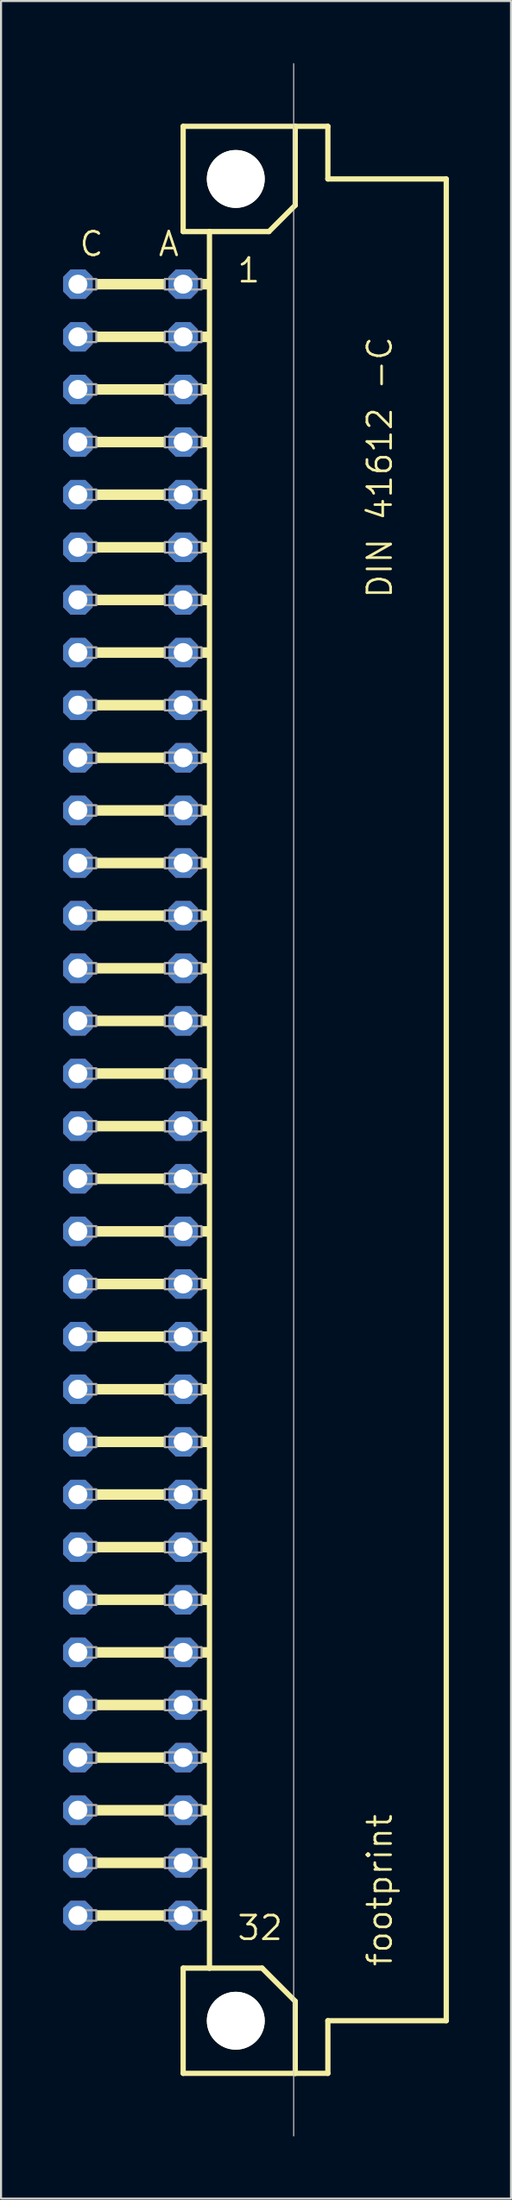
<source format=kicad_pcb>
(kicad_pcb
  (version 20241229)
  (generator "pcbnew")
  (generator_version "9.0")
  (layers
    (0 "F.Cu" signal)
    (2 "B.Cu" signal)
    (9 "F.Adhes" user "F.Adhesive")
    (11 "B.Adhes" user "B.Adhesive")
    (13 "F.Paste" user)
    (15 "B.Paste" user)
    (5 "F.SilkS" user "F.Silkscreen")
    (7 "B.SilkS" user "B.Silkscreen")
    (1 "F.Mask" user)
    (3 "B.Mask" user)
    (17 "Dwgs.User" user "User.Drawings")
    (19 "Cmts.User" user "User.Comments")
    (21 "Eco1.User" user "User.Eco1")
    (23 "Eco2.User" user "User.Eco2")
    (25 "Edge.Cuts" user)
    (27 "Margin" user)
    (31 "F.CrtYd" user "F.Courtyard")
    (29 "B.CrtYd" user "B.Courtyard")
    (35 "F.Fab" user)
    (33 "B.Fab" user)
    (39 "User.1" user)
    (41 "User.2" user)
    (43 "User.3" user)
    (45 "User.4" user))
  (footprint "footprint"
    (layer "F.Cu")
    (at 8.331 50.038)
    (property "Reference" "footprint" (at 7.62 41.91 90) (layer "F.SilkS") (effects (font (size 1.143 1.143) (thickness 0.127)) (justify left bottom)))
    (fp_line (start -2.54 -46.99) (end -2.54 -41.91) (stroke (width 0.254) (type solid)) (layer "F.SilkS"))
    (fp_line (start -2.54 -41.91) (end -1.27 -41.91) (stroke (width 0.254) (type solid)) (layer "F.SilkS"))
    (fp_line (start -2.54 41.91) (end -2.54 46.99) (stroke (width 0.254) (type solid)) (layer "F.SilkS"))
    (fp_line (start -2.54 41.91) (end -1.27 41.91) (stroke (width 0.254) (type solid)) (layer "F.SilkS"))
    (fp_line (start -2.54 46.99) (end 2.87 46.99) (stroke (width 0.254) (type solid)) (layer "F.SilkS"))
    (fp_line (start -1.27 -41.91) (end -1.27 41.91) (stroke (width 0.254) (type solid)) (layer "F.SilkS"))
    (fp_line (start -1.27 -41.91) (end 1.6 -41.91) (stroke (width 0.254) (type solid)) (layer "F.SilkS"))
    (fp_line (start -1.27 41.91) (end 1.27 41.91) (stroke (width 0.254) (type solid)) (layer "F.SilkS"))
    (fp_line (start 1.6 -41.91) (end 2.87 -43.18) (stroke (width 0.254) (type solid)) (layer "F.SilkS"))
    (fp_line (start 2.87 -46.99) (end -2.54 -46.99) (stroke (width 0.254) (type solid)) (layer "F.SilkS"))
    (fp_line (start 2.87 -43.18) (end 2.87 -46.99) (stroke (width 0.254) (type solid)) (layer "F.SilkS"))
    (fp_line (start 2.87 43.51) (end 1.27 41.91) (stroke (width 0.254) (type solid)) (layer "F.SilkS"))
    (fp_line (start 2.87 43.51) (end 2.87 46.99) (stroke (width 0.254) (type solid)) (layer "F.SilkS"))
    (fp_line (start 2.87 46.99) (end 4.445 46.99) (stroke (width 0.254) (type solid)) (layer "F.SilkS"))
    (fp_line (start 4.445 -46.99) (end 2.87 -46.99) (stroke (width 0.254) (type solid)) (layer "F.SilkS"))
    (fp_line (start 4.445 -44.45) (end 4.445 -46.99) (stroke (width 0.254) (type solid)) (layer "F.SilkS"))
    (fp_line (start 4.445 44.45) (end 10.16 44.45) (stroke (width 0.254) (type solid)) (layer "F.SilkS"))
    (fp_line (start 4.445 46.99) (end 4.445 44.45) (stroke (width 0.254) (type solid)) (layer "F.SilkS"))
    (fp_line (start 10.16 -44.45) (end 4.445 -44.45) (stroke (width 0.254) (type solid)) (layer "F.SilkS"))
    (fp_line (start 10.16 44.45) (end 10.16 -44.45) (stroke (width 0.254) (type solid)) (layer "F.SilkS"))
    (fp_circle (center 0 -44.45) (end 1.27 -44.45) (stroke (width 0.254) (type solid)) (fill no) (layer "F.SilkS"))
    (fp_circle (center 0 44.45) (end 1.27 44.45) (stroke (width 0.254) (type solid)) (fill no) (layer "F.SilkS"))
    (fp_poly (pts (xy -6.731 -39.116) (xy -3.429 -39.116) (xy -3.429 -39.624) (xy -6.731 -39.624)) (stroke (width 0) (type solid)) (fill yes) (layer "F.SilkS"))
    (fp_poly (pts (xy -6.731 -36.576) (xy -3.429 -36.576) (xy -3.429 -37.084) (xy -6.731 -37.084)) (stroke (width 0) (type solid)) (fill yes) (layer "F.SilkS"))
    (fp_poly (pts (xy -6.731 -34.036) (xy -3.429 -34.036) (xy -3.429 -34.544) (xy -6.731 -34.544)) (stroke (width 0) (type solid)) (fill yes) (layer "F.SilkS"))
    (fp_poly (pts (xy -6.731 -31.496) (xy -3.429 -31.496) (xy -3.429 -32.004) (xy -6.731 -32.004)) (stroke (width 0) (type solid)) (fill yes) (layer "F.SilkS"))
    (fp_poly (pts (xy -6.731 -28.956) (xy -3.429 -28.956) (xy -3.429 -29.464) (xy -6.731 -29.464)) (stroke (width 0) (type solid)) (fill yes) (layer "F.SilkS"))
    (fp_poly (pts (xy -6.731 -26.416) (xy -3.429 -26.416) (xy -3.429 -26.924) (xy -6.731 -26.924)) (stroke (width 0) (type solid)) (fill yes) (layer "F.SilkS"))
    (fp_poly (pts (xy -6.731 -23.876) (xy -3.429 -23.876) (xy -3.429 -24.384) (xy -6.731 -24.384)) (stroke (width 0) (type solid)) (fill yes) (layer "F.SilkS"))
    (fp_poly (pts (xy -6.731 -21.336) (xy -3.429 -21.336) (xy -3.429 -21.844) (xy -6.731 -21.844)) (stroke (width 0) (type solid)) (fill yes) (layer "F.SilkS"))
    (fp_poly (pts (xy -6.731 -18.796) (xy -3.429 -18.796) (xy -3.429 -19.304) (xy -6.731 -19.304)) (stroke (width 0) (type solid)) (fill yes) (layer "F.SilkS"))
    (fp_poly (pts (xy -6.731 -16.256) (xy -3.429 -16.256) (xy -3.429 -16.764) (xy -6.731 -16.764)) (stroke (width 0) (type solid)) (fill yes) (layer "F.SilkS"))
    (fp_poly (pts (xy -6.731 -13.716) (xy -3.429 -13.716) (xy -3.429 -14.224) (xy -6.731 -14.224)) (stroke (width 0) (type solid)) (fill yes) (layer "F.SilkS"))
    (fp_poly (pts (xy -6.731 -11.176) (xy -3.429 -11.176) (xy -3.429 -11.684) (xy -6.731 -11.684)) (stroke (width 0) (type solid)) (fill yes) (layer "F.SilkS"))
    (fp_poly (pts (xy -6.731 -8.636) (xy -3.429 -8.636) (xy -3.429 -9.144) (xy -6.731 -9.144)) (stroke (width 0) (type solid)) (fill yes) (layer "F.SilkS"))
    (fp_poly (pts (xy -6.731 -6.096) (xy -3.429 -6.096) (xy -3.429 -6.604) (xy -6.731 -6.604)) (stroke (width 0) (type solid)) (fill yes) (layer "F.SilkS"))
    (fp_poly (pts (xy -6.731 -3.556) (xy -3.429 -3.556) (xy -3.429 -4.064) (xy -6.731 -4.064)) (stroke (width 0) (type solid)) (fill yes) (layer "F.SilkS"))
    (fp_poly (pts (xy -6.731 -1.016) (xy -3.429 -1.016) (xy -3.429 -1.524) (xy -6.731 -1.524)) (stroke (width 0) (type solid)) (fill yes) (layer "F.SilkS"))
    (fp_poly (pts (xy -6.731 1.524) (xy -3.429 1.524) (xy -3.429 1.016) (xy -6.731 1.016)) (stroke (width 0) (type solid)) (fill yes) (layer "F.SilkS"))
    (fp_poly (pts (xy -6.731 4.064) (xy -3.429 4.064) (xy -3.429 3.556) (xy -6.731 3.556)) (stroke (width 0) (type solid)) (fill yes) (layer "F.SilkS"))
    (fp_poly (pts (xy -6.731 6.604) (xy -3.429 6.604) (xy -3.429 6.096) (xy -6.731 6.096)) (stroke (width 0) (type solid)) (fill yes) (layer "F.SilkS"))
    (fp_poly (pts (xy -6.731 9.144) (xy -3.429 9.144) (xy -3.429 8.636) (xy -6.731 8.636)) (stroke (width 0) (type solid)) (fill yes) (layer "F.SilkS"))
    (fp_poly (pts (xy -6.731 11.684) (xy -3.429 11.684) (xy -3.429 11.176) (xy -6.731 11.176)) (stroke (width 0) (type solid)) (fill yes) (layer "F.SilkS"))
    (fp_poly (pts (xy -6.731 14.224) (xy -3.429 14.224) (xy -3.429 13.716) (xy -6.731 13.716)) (stroke (width 0) (type solid)) (fill yes) (layer "F.SilkS"))
    (fp_poly (pts (xy -6.731 16.764) (xy -3.429 16.764) (xy -3.429 16.256) (xy -6.731 16.256)) (stroke (width 0) (type solid)) (fill yes) (layer "F.SilkS"))
    (fp_poly (pts (xy -6.731 19.304) (xy -3.429 19.304) (xy -3.429 18.796) (xy -6.731 18.796)) (stroke (width 0) (type solid)) (fill yes) (layer "F.SilkS"))
    (fp_poly (pts (xy -6.731 21.844) (xy -3.429 21.844) (xy -3.429 21.336) (xy -6.731 21.336)) (stroke (width 0) (type solid)) (fill yes) (layer "F.SilkS"))
    (fp_poly (pts (xy -6.731 24.384) (xy -3.429 24.384) (xy -3.429 23.876) (xy -6.731 23.876)) (stroke (width 0) (type solid)) (fill yes) (layer "F.SilkS"))
    (fp_poly (pts (xy -6.731 26.924) (xy -3.429 26.924) (xy -3.429 26.416) (xy -6.731 26.416)) (stroke (width 0) (type solid)) (fill yes) (layer "F.SilkS"))
    (fp_poly (pts (xy -6.731 29.464) (xy -3.429 29.464) (xy -3.429 28.956) (xy -6.731 28.956)) (stroke (width 0) (type solid)) (fill yes) (layer "F.SilkS"))
    (fp_poly (pts (xy -6.731 32.004) (xy -3.429 32.004) (xy -3.429 31.496) (xy -6.731 31.496)) (stroke (width 0) (type solid)) (fill yes) (layer "F.SilkS"))
    (fp_poly (pts (xy -6.731 34.544) (xy -3.429 34.544) (xy -3.429 34.036) (xy -6.731 34.036)) (stroke (width 0) (type solid)) (fill yes) (layer "F.SilkS"))
    (fp_poly (pts (xy -6.731 37.084) (xy -3.429 37.084) (xy -3.429 36.576) (xy -6.731 36.576)) (stroke (width 0) (type solid)) (fill yes) (layer "F.SilkS"))
    (fp_poly (pts (xy -6.731 39.624) (xy -3.429 39.624) (xy -3.429 39.116) (xy -6.731 39.116)) (stroke (width 0) (type solid)) (fill yes) (layer "F.SilkS"))
    (fp_poly (pts (xy -1.651 -39.116) (xy -1.27 -39.116) (xy -1.27 -39.624) (xy -1.651 -39.624)) (stroke (width 0) (type solid)) (fill yes) (layer "F.SilkS"))
    (fp_poly (pts (xy -1.651 -36.576) (xy -1.27 -36.576) (xy -1.27 -37.084) (xy -1.651 -37.084)) (stroke (width 0) (type solid)) (fill yes) (layer "F.SilkS"))
    (fp_poly (pts (xy -1.651 -34.036) (xy -1.27 -34.036) (xy -1.27 -34.544) (xy -1.651 -34.544)) (stroke (width 0) (type solid)) (fill yes) (layer "F.SilkS"))
    (fp_poly (pts (xy -1.651 -31.496) (xy -1.27 -31.496) (xy -1.27 -32.004) (xy -1.651 -32.004)) (stroke (width 0) (type solid)) (fill yes) (layer "F.SilkS"))
    (fp_poly (pts (xy -1.651 -28.956) (xy -1.27 -28.956) (xy -1.27 -29.464) (xy -1.651 -29.464)) (stroke (width 0) (type solid)) (fill yes) (layer "F.SilkS"))
    (fp_poly (pts (xy -1.651 -26.416) (xy -1.27 -26.416) (xy -1.27 -26.924) (xy -1.651 -26.924)) (stroke (width 0) (type solid)) (fill yes) (layer "F.SilkS"))
    (fp_poly (pts (xy -1.651 -23.876) (xy -1.27 -23.876) (xy -1.27 -24.384) (xy -1.651 -24.384)) (stroke (width 0) (type solid)) (fill yes) (layer "F.SilkS"))
    (fp_poly (pts (xy -1.651 -21.336) (xy -1.27 -21.336) (xy -1.27 -21.844) (xy -1.651 -21.844)) (stroke (width 0) (type solid)) (fill yes) (layer "F.SilkS"))
    (fp_poly (pts (xy -1.651 -18.796) (xy -1.27 -18.796) (xy -1.27 -19.304) (xy -1.651 -19.304)) (stroke (width 0) (type solid)) (fill yes) (layer "F.SilkS"))
    (fp_poly (pts (xy -1.651 -16.256) (xy -1.27 -16.256) (xy -1.27 -16.764) (xy -1.651 -16.764)) (stroke (width 0) (type solid)) (fill yes) (layer "F.SilkS"))
    (fp_poly (pts (xy -1.651 -13.716) (xy -1.27 -13.716) (xy -1.27 -14.224) (xy -1.651 -14.224)) (stroke (width 0) (type solid)) (fill yes) (layer "F.SilkS"))
    (fp_poly (pts (xy -1.651 -11.176) (xy -1.27 -11.176) (xy -1.27 -11.684) (xy -1.651 -11.684)) (stroke (width 0) (type solid)) (fill yes) (layer "F.SilkS"))
    (fp_poly (pts (xy -1.651 -8.636) (xy -1.27 -8.636) (xy -1.27 -9.144) (xy -1.651 -9.144)) (stroke (width 0) (type solid)) (fill yes) (layer "F.SilkS"))
    (fp_poly (pts (xy -1.651 -6.096) (xy -1.27 -6.096) (xy -1.27 -6.604) (xy -1.651 -6.604)) (stroke (width 0) (type solid)) (fill yes) (layer "F.SilkS"))
    (fp_poly (pts (xy -1.651 -3.556) (xy -1.27 -3.556) (xy -1.27 -4.064) (xy -1.651 -4.064)) (stroke (width 0) (type solid)) (fill yes) (layer "F.SilkS"))
    (fp_poly (pts (xy -1.651 -1.016) (xy -1.27 -1.016) (xy -1.27 -1.524) (xy -1.651 -1.524)) (stroke (width 0) (type solid)) (fill yes) (layer "F.SilkS"))
    (fp_poly (pts (xy -1.651 1.524) (xy -1.27 1.524) (xy -1.27 1.016) (xy -1.651 1.016)) (stroke (width 0) (type solid)) (fill yes) (layer "F.SilkS"))
    (fp_poly (pts (xy -1.651 4.064) (xy -1.27 4.064) (xy -1.27 3.556) (xy -1.651 3.556)) (stroke (width 0) (type solid)) (fill yes) (layer "F.SilkS"))
    (fp_poly (pts (xy -1.651 6.604) (xy -1.27 6.604) (xy -1.27 6.096) (xy -1.651 6.096)) (stroke (width 0) (type solid)) (fill yes) (layer "F.SilkS"))
    (fp_poly (pts (xy -1.651 9.144) (xy -1.27 9.144) (xy -1.27 8.636) (xy -1.651 8.636)) (stroke (width 0) (type solid)) (fill yes) (layer "F.SilkS"))
    (fp_poly (pts (xy -1.651 11.684) (xy -1.27 11.684) (xy -1.27 11.176) (xy -1.651 11.176)) (stroke (width 0) (type solid)) (fill yes) (layer "F.SilkS"))
    (fp_poly (pts (xy -1.651 14.224) (xy -1.27 14.224) (xy -1.27 13.716) (xy -1.651 13.716)) (stroke (width 0) (type solid)) (fill yes) (layer "F.SilkS"))
    (fp_poly (pts (xy -1.651 16.764) (xy -1.27 16.764) (xy -1.27 16.256) (xy -1.651 16.256)) (stroke (width 0) (type solid)) (fill yes) (layer "F.SilkS"))
    (fp_poly (pts (xy -1.651 19.304) (xy -1.27 19.304) (xy -1.27 18.796) (xy -1.651 18.796)) (stroke (width 0) (type solid)) (fill yes) (layer "F.SilkS"))
    (fp_poly (pts (xy -1.651 21.844) (xy -1.27 21.844) (xy -1.27 21.336) (xy -1.651 21.336)) (stroke (width 0) (type solid)) (fill yes) (layer "F.SilkS"))
    (fp_poly (pts (xy -1.651 24.384) (xy -1.27 24.384) (xy -1.27 23.876) (xy -1.651 23.876)) (stroke (width 0) (type solid)) (fill yes) (layer "F.SilkS"))
    (fp_poly (pts (xy -1.651 26.924) (xy -1.27 26.924) (xy -1.27 26.416) (xy -1.651 26.416)) (stroke (width 0) (type solid)) (fill yes) (layer "F.SilkS"))
    (fp_poly (pts (xy -1.651 29.464) (xy -1.27 29.464) (xy -1.27 28.956) (xy -1.651 28.956)) (stroke (width 0) (type solid)) (fill yes) (layer "F.SilkS"))
    (fp_poly (pts (xy -1.651 32.004) (xy -1.27 32.004) (xy -1.27 31.496) (xy -1.651 31.496)) (stroke (width 0) (type solid)) (fill yes) (layer "F.SilkS"))
    (fp_poly (pts (xy -1.651 34.544) (xy -1.27 34.544) (xy -1.27 34.036) (xy -1.651 34.036)) (stroke (width 0) (type solid)) (fill yes) (layer "F.SilkS"))
    (fp_poly (pts (xy -1.651 37.084) (xy -1.27 37.084) (xy -1.27 36.576) (xy -1.651 36.576)) (stroke (width 0) (type solid)) (fill yes) (layer "F.SilkS"))
    (fp_poly (pts (xy -1.651 39.624) (xy -1.27 39.624) (xy -1.27 39.116) (xy -1.651 39.116)) (stroke (width 0) (type solid)) (fill yes) (layer "F.SilkS"))
    (fp_line (start 2.794 50.013) (end 2.794 -50.013) (stroke (width 0.05) (type solid)) (layer "Edge.Cuts"))
    (fp_poly (pts (xy -7.874 -39.116) (xy -6.731 -39.116) (xy -6.731 -39.624) (xy -7.874 -39.624)) (stroke (width 0.1) (type solid)) (fill no) (layer "F.Fab"))
    (fp_poly (pts (xy -7.874 -36.576) (xy -6.731 -36.576) (xy -6.731 -37.084) (xy -7.874 -37.084)) (stroke (width 0.1) (type solid)) (fill no) (layer "F.Fab"))
    (fp_poly (pts (xy -7.874 -34.036) (xy -6.731 -34.036) (xy -6.731 -34.544) (xy -7.874 -34.544)) (stroke (width 0.1) (type solid)) (fill no) (layer "F.Fab"))
    (fp_poly (pts (xy -7.874 -31.496) (xy -6.731 -31.496) (xy -6.731 -32.004) (xy -7.874 -32.004)) (stroke (width 0.1) (type solid)) (fill no) (layer "F.Fab"))
    (fp_poly (pts (xy -7.874 -28.956) (xy -6.731 -28.956) (xy -6.731 -29.464) (xy -7.874 -29.464)) (stroke (width 0.1) (type solid)) (fill no) (layer "F.Fab"))
    (fp_poly (pts (xy -7.874 -26.416) (xy -6.731 -26.416) (xy -6.731 -26.924) (xy -7.874 -26.924)) (stroke (width 0.1) (type solid)) (fill no) (layer "F.Fab"))
    (fp_poly (pts (xy -7.874 -23.876) (xy -6.731 -23.876) (xy -6.731 -24.384) (xy -7.874 -24.384)) (stroke (width 0.1) (type solid)) (fill no) (layer "F.Fab"))
    (fp_poly (pts (xy -7.874 -21.336) (xy -6.731 -21.336) (xy -6.731 -21.844) (xy -7.874 -21.844)) (stroke (width 0.1) (type solid)) (fill no) (layer "F.Fab"))
    (fp_poly (pts (xy -7.874 -18.796) (xy -6.731 -18.796) (xy -6.731 -19.304) (xy -7.874 -19.304)) (stroke (width 0.1) (type solid)) (fill no) (layer "F.Fab"))
    (fp_poly (pts (xy -7.874 -16.256) (xy -6.731 -16.256) (xy -6.731 -16.764) (xy -7.874 -16.764)) (stroke (width 0.1) (type solid)) (fill no) (layer "F.Fab"))
    (fp_poly (pts (xy -7.874 -13.716) (xy -6.731 -13.716) (xy -6.731 -14.224) (xy -7.874 -14.224)) (stroke (width 0.1) (type solid)) (fill no) (layer "F.Fab"))
    (fp_poly (pts (xy -7.874 -11.176) (xy -6.731 -11.176) (xy -6.731 -11.684) (xy -7.874 -11.684)) (stroke (width 0.1) (type solid)) (fill no) (layer "F.Fab"))
    (fp_poly (pts (xy -7.874 -8.636) (xy -6.731 -8.636) (xy -6.731 -9.144) (xy -7.874 -9.144)) (stroke (width 0.1) (type solid)) (fill no) (layer "F.Fab"))
    (fp_poly (pts (xy -7.874 -6.096) (xy -6.731 -6.096) (xy -6.731 -6.604) (xy -7.874 -6.604)) (stroke (width 0.1) (type solid)) (fill no) (layer "F.Fab"))
    (fp_poly (pts (xy -7.874 -3.556) (xy -6.731 -3.556) (xy -6.731 -4.064) (xy -7.874 -4.064)) (stroke (width 0.1) (type solid)) (fill no) (layer "F.Fab"))
    (fp_poly (pts (xy -7.874 -1.016) (xy -6.731 -1.016) (xy -6.731 -1.524) (xy -7.874 -1.524)) (stroke (width 0.1) (type solid)) (fill no) (layer "F.Fab"))
    (fp_poly (pts (xy -7.874 1.524) (xy -6.731 1.524) (xy -6.731 1.016) (xy -7.874 1.016)) (stroke (width 0.1) (type solid)) (fill no) (layer "F.Fab"))
    (fp_poly (pts (xy -7.874 4.064) (xy -6.731 4.064) (xy -6.731 3.556) (xy -7.874 3.556)) (stroke (width 0.1) (type solid)) (fill no) (layer "F.Fab"))
    (fp_poly (pts (xy -7.874 6.604) (xy -6.731 6.604) (xy -6.731 6.096) (xy -7.874 6.096)) (stroke (width 0.1) (type solid)) (fill no) (layer "F.Fab"))
    (fp_poly (pts (xy -7.874 9.144) (xy -6.731 9.144) (xy -6.731 8.636) (xy -7.874 8.636)) (stroke (width 0.1) (type solid)) (fill no) (layer "F.Fab"))
    (fp_poly (pts (xy -7.874 11.684) (xy -6.731 11.684) (xy -6.731 11.176) (xy -7.874 11.176)) (stroke (width 0.1) (type solid)) (fill no) (layer "F.Fab"))
    (fp_poly (pts (xy -7.874 14.224) (xy -6.731 14.224) (xy -6.731 13.716) (xy -7.874 13.716)) (stroke (width 0.1) (type solid)) (fill no) (layer "F.Fab"))
    (fp_poly (pts (xy -7.874 16.764) (xy -6.731 16.764) (xy -6.731 16.256) (xy -7.874 16.256)) (stroke (width 0.1) (type solid)) (fill no) (layer "F.Fab"))
    (fp_poly (pts (xy -7.874 19.304) (xy -6.731 19.304) (xy -6.731 18.796) (xy -7.874 18.796)) (stroke (width 0.1) (type solid)) (fill no) (layer "F.Fab"))
    (fp_poly (pts (xy -7.874 21.844) (xy -6.731 21.844) (xy -6.731 21.336) (xy -7.874 21.336)) (stroke (width 0.1) (type solid)) (fill no) (layer "F.Fab"))
    (fp_poly (pts (xy -7.874 24.384) (xy -6.731 24.384) (xy -6.731 23.876) (xy -7.874 23.876)) (stroke (width 0.1) (type solid)) (fill no) (layer "F.Fab"))
    (fp_poly (pts (xy -7.874 26.924) (xy -6.731 26.924) (xy -6.731 26.416) (xy -7.874 26.416)) (stroke (width 0.1) (type solid)) (fill no) (layer "F.Fab"))
    (fp_poly (pts (xy -7.874 29.464) (xy -6.731 29.464) (xy -6.731 28.956) (xy -7.874 28.956)) (stroke (width 0.1) (type solid)) (fill no) (layer "F.Fab"))
    (fp_poly (pts (xy -7.874 32.004) (xy -6.731 32.004) (xy -6.731 31.496) (xy -7.874 31.496)) (stroke (width 0.1) (type solid)) (fill no) (layer "F.Fab"))
    (fp_poly (pts (xy -7.874 34.544) (xy -6.731 34.544) (xy -6.731 34.036) (xy -7.874 34.036)) (stroke (width 0.1) (type solid)) (fill no) (layer "F.Fab"))
    (fp_poly (pts (xy -7.874 37.084) (xy -6.731 37.084) (xy -6.731 36.576) (xy -7.874 36.576)) (stroke (width 0.1) (type solid)) (fill no) (layer "F.Fab"))
    (fp_poly (pts (xy -7.874 39.624) (xy -6.731 39.624) (xy -6.731 39.116) (xy -7.874 39.116)) (stroke (width 0.1) (type solid)) (fill no) (layer "F.Fab"))
    (fp_poly (pts (xy -3.429 -39.116) (xy -1.651 -39.116) (xy -1.651 -39.624) (xy -3.429 -39.624)) (stroke (width 0.1) (type solid)) (fill no) (layer "F.Fab"))
    (fp_poly (pts (xy -3.429 -36.576) (xy -1.651 -36.576) (xy -1.651 -37.084) (xy -3.429 -37.084)) (stroke (width 0.1) (type solid)) (fill no) (layer "F.Fab"))
    (fp_poly (pts (xy -3.429 -34.036) (xy -1.651 -34.036) (xy -1.651 -34.544) (xy -3.429 -34.544)) (stroke (width 0.1) (type solid)) (fill no) (layer "F.Fab"))
    (fp_poly (pts (xy -3.429 -31.496) (xy -1.651 -31.496) (xy -1.651 -32.004) (xy -3.429 -32.004)) (stroke (width 0.1) (type solid)) (fill no) (layer "F.Fab"))
    (fp_poly (pts (xy -3.429 -28.956) (xy -1.651 -28.956) (xy -1.651 -29.464) (xy -3.429 -29.464)) (stroke (width 0.1) (type solid)) (fill no) (layer "F.Fab"))
    (fp_poly (pts (xy -3.429 -26.416) (xy -1.651 -26.416) (xy -1.651 -26.924) (xy -3.429 -26.924)) (stroke (width 0.1) (type solid)) (fill no) (layer "F.Fab"))
    (fp_poly (pts (xy -3.429 -23.876) (xy -1.651 -23.876) (xy -1.651 -24.384) (xy -3.429 -24.384)) (stroke (width 0.1) (type solid)) (fill no) (layer "F.Fab"))
    (fp_poly (pts (xy -3.429 -21.336) (xy -1.651 -21.336) (xy -1.651 -21.844) (xy -3.429 -21.844)) (stroke (width 0.1) (type solid)) (fill no) (layer "F.Fab"))
    (fp_poly (pts (xy -3.429 -18.796) (xy -1.651 -18.796) (xy -1.651 -19.304) (xy -3.429 -19.304)) (stroke (width 0.1) (type solid)) (fill no) (layer "F.Fab"))
    (fp_poly (pts (xy -3.429 -16.256) (xy -1.651 -16.256) (xy -1.651 -16.764) (xy -3.429 -16.764)) (stroke (width 0.1) (type solid)) (fill no) (layer "F.Fab"))
    (fp_poly (pts (xy -3.429 -13.716) (xy -1.651 -13.716) (xy -1.651 -14.224) (xy -3.429 -14.224)) (stroke (width 0.1) (type solid)) (fill no) (layer "F.Fab"))
    (fp_poly (pts (xy -3.429 -11.176) (xy -1.651 -11.176) (xy -1.651 -11.684) (xy -3.429 -11.684)) (stroke (width 0.1) (type solid)) (fill no) (layer "F.Fab"))
    (fp_poly (pts (xy -3.429 -8.636) (xy -1.651 -8.636) (xy -1.651 -9.144) (xy -3.429 -9.144)) (stroke (width 0.1) (type solid)) (fill no) (layer "F.Fab"))
    (fp_poly (pts (xy -3.429 -6.096) (xy -1.651 -6.096) (xy -1.651 -6.604) (xy -3.429 -6.604)) (stroke (width 0.1) (type solid)) (fill no) (layer "F.Fab"))
    (fp_poly (pts (xy -3.429 -3.556) (xy -1.651 -3.556) (xy -1.651 -4.064) (xy -3.429 -4.064)) (stroke (width 0.1) (type solid)) (fill no) (layer "F.Fab"))
    (fp_poly (pts (xy -3.429 -1.016) (xy -1.651 -1.016) (xy -1.651 -1.524) (xy -3.429 -1.524)) (stroke (width 0.1) (type solid)) (fill no) (layer "F.Fab"))
    (fp_poly (pts (xy -3.429 1.524) (xy -1.651 1.524) (xy -1.651 1.016) (xy -3.429 1.016)) (stroke (width 0.1) (type solid)) (fill no) (layer "F.Fab"))
    (fp_poly (pts (xy -3.429 4.064) (xy -1.651 4.064) (xy -1.651 3.556) (xy -3.429 3.556)) (stroke (width 0.1) (type solid)) (fill no) (layer "F.Fab"))
    (fp_poly (pts (xy -3.429 6.604) (xy -1.651 6.604) (xy -1.651 6.096) (xy -3.429 6.096)) (stroke (width 0.1) (type solid)) (fill no) (layer "F.Fab"))
    (fp_poly (pts (xy -3.429 9.144) (xy -1.651 9.144) (xy -1.651 8.636) (xy -3.429 8.636)) (stroke (width 0.1) (type solid)) (fill no) (layer "F.Fab"))
    (fp_poly (pts (xy -3.429 11.684) (xy -1.651 11.684) (xy -1.651 11.176) (xy -3.429 11.176)) (stroke (width 0.1) (type solid)) (fill no) (layer "F.Fab"))
    (fp_poly (pts (xy -3.429 14.224) (xy -1.651 14.224) (xy -1.651 13.716) (xy -3.429 13.716)) (stroke (width 0.1) (type solid)) (fill no) (layer "F.Fab"))
    (fp_poly (pts (xy -3.429 16.764) (xy -1.651 16.764) (xy -1.651 16.256) (xy -3.429 16.256)) (stroke (width 0.1) (type solid)) (fill no) (layer "F.Fab"))
    (fp_poly (pts (xy -3.429 19.304) (xy -1.651 19.304) (xy -1.651 18.796) (xy -3.429 18.796)) (stroke (width 0.1) (type solid)) (fill no) (layer "F.Fab"))
    (fp_poly (pts (xy -3.429 21.844) (xy -1.651 21.844) (xy -1.651 21.336) (xy -3.429 21.336)) (stroke (width 0.1) (type solid)) (fill no) (layer "F.Fab"))
    (fp_poly (pts (xy -3.429 24.384) (xy -1.651 24.384) (xy -1.651 23.876) (xy -3.429 23.876)) (stroke (width 0.1) (type solid)) (fill no) (layer "F.Fab"))
    (fp_poly (pts (xy -3.429 26.924) (xy -1.651 26.924) (xy -1.651 26.416) (xy -3.429 26.416)) (stroke (width 0.1) (type solid)) (fill no) (layer "F.Fab"))
    (fp_poly (pts (xy -3.429 29.464) (xy -1.651 29.464) (xy -1.651 28.956) (xy -3.429 28.956)) (stroke (width 0.1) (type solid)) (fill no) (layer "F.Fab"))
    (fp_poly (pts (xy -3.429 32.004) (xy -1.651 32.004) (xy -1.651 31.496) (xy -3.429 31.496)) (stroke (width 0.1) (type solid)) (fill no) (layer "F.Fab"))
    (fp_poly (pts (xy -3.429 34.544) (xy -1.651 34.544) (xy -1.651 34.036) (xy -3.429 34.036)) (stroke (width 0.1) (type solid)) (fill no) (layer "F.Fab"))
    (fp_poly (pts (xy -3.429 37.084) (xy -1.651 37.084) (xy -1.651 36.576) (xy -3.429 36.576)) (stroke (width 0.1) (type solid)) (fill no) (layer "F.Fab"))
    (fp_poly (pts (xy -3.429 39.624) (xy -1.651 39.624) (xy -1.651 39.116) (xy -3.429 39.116)) (stroke (width 0.1) (type solid)) (fill no) (layer "F.Fab"))
    (fp_text user "32" (at 0 40.64 0) (layer "F.SilkS") (effects (font (size 1.143 1.143) (thickness 0.127)) (justify left bottom)))
    (fp_text user "DIN 41612 -C" (at 7.62 -24.13 90) (layer "F.SilkS") (effects (font (size 1.143 1.143) (thickness 0.127)) (justify left bottom)))
    (fp_text user "A" (at -3.81 -40.64 0) (layer "F.SilkS") (effects (font (size 1.143 1.143) (thickness 0.127)) (justify left bottom)))
    (fp_text user "1" (at 0 -39.37 0) (layer "F.SilkS") (effects (font (size 1.143 1.143) (thickness 0.127)) (justify left bottom)))
    (fp_text user "C" (at -7.62 -40.64 0) (layer "F.SilkS") (effects (font (size 1.143 1.143) (thickness 0.127)) (justify left bottom)))
    (pad "" np_thru_hole circle (at 0 -44.45) (size 2.794 2.794) (drill 2.794) (layers "*.Cu" "*.Mask"))
    (pad "" np_thru_hole circle (at 0 44.45) (size 2.794 2.794) (drill 2.794) (layers "*.Cu" "*.Mask"))
    (pad "A1" thru_hole roundrect (at -2.54 -39.37) (size 1.422 1.422) (drill 0.914) (layers "*.Cu" "*.Mask") (roundrect_rratio 0.25) (chamfer_ratio 0.25) (chamfer top_left top_right bottom_left bottom_right))
    (pad "A2" thru_hole roundrect (at -2.54 -36.83) (size 1.422 1.422) (drill 0.914) (layers "*.Cu" "*.Mask") (roundrect_rratio 0.25) (chamfer_ratio 0.25) (chamfer top_left top_right bottom_left bottom_right))
    (pad "A3" thru_hole roundrect (at -2.54 -34.29) (size 1.422 1.422) (drill 0.914) (layers "*.Cu" "*.Mask") (roundrect_rratio 0.25) (chamfer_ratio 0.25) (chamfer top_left top_right bottom_left bottom_right))
    (pad "A4" thru_hole roundrect (at -2.54 -31.75) (size 1.422 1.422) (drill 0.914) (layers "*.Cu" "*.Mask") (roundrect_rratio 0.25) (chamfer_ratio 0.25) (chamfer top_left top_right bottom_left bottom_right))
    (pad "A5" thru_hole roundrect (at -2.54 -29.21) (size 1.422 1.422) (drill 0.914) (layers "*.Cu" "*.Mask") (roundrect_rratio 0.25) (chamfer_ratio 0.25) (chamfer top_left top_right bottom_left bottom_right))
    (pad "A6" thru_hole roundrect (at -2.54 -26.67) (size 1.422 1.422) (drill 0.914) (layers "*.Cu" "*.Mask") (roundrect_rratio 0.25) (chamfer_ratio 0.25) (chamfer top_left top_right bottom_left bottom_right))
    (pad "A7" thru_hole roundrect (at -2.54 -24.13) (size 1.422 1.422) (drill 0.914) (layers "*.Cu" "*.Mask") (roundrect_rratio 0.25) (chamfer_ratio 0.25) (chamfer top_left top_right bottom_left bottom_right))
    (pad "A8" thru_hole roundrect (at -2.54 -21.59) (size 1.422 1.422) (drill 0.914) (layers "*.Cu" "*.Mask") (roundrect_rratio 0.25) (chamfer_ratio 0.25) (chamfer top_left top_right bottom_left bottom_right))
    (pad "A9" thru_hole roundrect (at -2.54 -19.05) (size 1.422 1.422) (drill 0.914) (layers "*.Cu" "*.Mask") (roundrect_rratio 0.25) (chamfer_ratio 0.25) (chamfer top_left top_right bottom_left bottom_right))
    (pad "A10" thru_hole roundrect (at -2.54 -16.51) (size 1.422 1.422) (drill 0.914) (layers "*.Cu" "*.Mask") (roundrect_rratio 0.25) (chamfer_ratio 0.25) (chamfer top_left top_right bottom_left bottom_right))
    (pad "A11" thru_hole roundrect (at -2.54 -13.97) (size 1.422 1.422) (drill 0.914) (layers "*.Cu" "*.Mask") (roundrect_rratio 0.25) (chamfer_ratio 0.25) (chamfer top_left top_right bottom_left bottom_right))
    (pad "A12" thru_hole roundrect (at -2.54 -11.43) (size 1.422 1.422) (drill 0.914) (layers "*.Cu" "*.Mask") (roundrect_rratio 0.25) (chamfer_ratio 0.25) (chamfer top_left top_right bottom_left bottom_right))
    (pad "A13" thru_hole roundrect (at -2.54 -8.89) (size 1.422 1.422) (drill 0.914) (layers "*.Cu" "*.Mask") (roundrect_rratio 0.25) (chamfer_ratio 0.25) (chamfer top_left top_right bottom_left bottom_right))
    (pad "A14" thru_hole roundrect (at -2.54 -6.35) (size 1.422 1.422) (drill 0.914) (layers "*.Cu" "*.Mask") (roundrect_rratio 0.25) (chamfer_ratio 0.25) (chamfer top_left top_right bottom_left bottom_right))
    (pad "A15" thru_hole roundrect (at -2.54 -3.81) (size 1.422 1.422) (drill 0.914) (layers "*.Cu" "*.Mask") (roundrect_rratio 0.25) (chamfer_ratio 0.25) (chamfer top_left top_right bottom_left bottom_right))
    (pad "A16" thru_hole roundrect (at -2.54 -1.27) (size 1.422 1.422) (drill 0.914) (layers "*.Cu" "*.Mask") (roundrect_rratio 0.25) (chamfer_ratio 0.25) (chamfer top_left top_right bottom_left bottom_right))
    (pad "A17" thru_hole roundrect (at -2.54 1.27) (size 1.422 1.422) (drill 0.914) (layers "*.Cu" "*.Mask") (roundrect_rratio 0.25) (chamfer_ratio 0.25) (chamfer top_left top_right bottom_left bottom_right))
    (pad "A18" thru_hole roundrect (at -2.54 3.81) (size 1.422 1.422) (drill 0.914) (layers "*.Cu" "*.Mask") (roundrect_rratio 0.25) (chamfer_ratio 0.25) (chamfer top_left top_right bottom_left bottom_right))
    (pad "A19" thru_hole roundrect (at -2.54 6.35) (size 1.422 1.422) (drill 0.914) (layers "*.Cu" "*.Mask") (roundrect_rratio 0.25) (chamfer_ratio 0.25) (chamfer top_left top_right bottom_left bottom_right))
    (pad "A20" thru_hole roundrect (at -2.54 8.89) (size 1.422 1.422) (drill 0.914) (layers "*.Cu" "*.Mask") (roundrect_rratio 0.25) (chamfer_ratio 0.25) (chamfer top_left top_right bottom_left bottom_right))
    (pad "A21" thru_hole roundrect (at -2.54 11.43) (size 1.422 1.422) (drill 0.914) (layers "*.Cu" "*.Mask") (roundrect_rratio 0.25) (chamfer_ratio 0.25) (chamfer top_left top_right bottom_left bottom_right))
    (pad "A22" thru_hole roundrect (at -2.54 13.97) (size 1.422 1.422) (drill 0.914) (layers "*.Cu" "*.Mask") (roundrect_rratio 0.25) (chamfer_ratio 0.25) (chamfer top_left top_right bottom_left bottom_right))
    (pad "A23" thru_hole roundrect (at -2.54 16.51) (size 1.422 1.422) (drill 0.914) (layers "*.Cu" "*.Mask") (roundrect_rratio 0.25) (chamfer_ratio 0.25) (chamfer top_left top_right bottom_left bottom_right))
    (pad "A24" thru_hole roundrect (at -2.54 19.05) (size 1.422 1.422) (drill 0.914) (layers "*.Cu" "*.Mask") (roundrect_rratio 0.25) (chamfer_ratio 0.25) (chamfer top_left top_right bottom_left bottom_right))
    (pad "A25" thru_hole roundrect (at -2.54 21.59) (size 1.422 1.422) (drill 0.914) (layers "*.Cu" "*.Mask") (roundrect_rratio 0.25) (chamfer_ratio 0.25) (chamfer top_left top_right bottom_left bottom_right))
    (pad "A26" thru_hole roundrect (at -2.54 24.13) (size 1.422 1.422) (drill 0.914) (layers "*.Cu" "*.Mask") (roundrect_rratio 0.25) (chamfer_ratio 0.25) (chamfer top_left top_right bottom_left bottom_right))
    (pad "A27" thru_hole roundrect (at -2.54 26.67) (size 1.422 1.422) (drill 0.914) (layers "*.Cu" "*.Mask") (roundrect_rratio 0.25) (chamfer_ratio 0.25) (chamfer top_left top_right bottom_left bottom_right))
    (pad "A28" thru_hole roundrect (at -2.54 29.21) (size 1.422 1.422) (drill 0.914) (layers "*.Cu" "*.Mask") (roundrect_rratio 0.25) (chamfer_ratio 0.25) (chamfer top_left top_right bottom_left bottom_right))
    (pad "A29" thru_hole roundrect (at -2.54 31.75) (size 1.422 1.422) (drill 0.914) (layers "*.Cu" "*.Mask") (roundrect_rratio 0.25) (chamfer_ratio 0.25) (chamfer top_left top_right bottom_left bottom_right))
    (pad "A30" thru_hole roundrect (at -2.54 34.29) (size 1.422 1.422) (drill 0.914) (layers "*.Cu" "*.Mask") (roundrect_rratio 0.25) (chamfer_ratio 0.25) (chamfer top_left top_right bottom_left bottom_right))
    (pad "A31" thru_hole roundrect (at -2.54 36.83) (size 1.422 1.422) (drill 0.914) (layers "*.Cu" "*.Mask") (roundrect_rratio 0.25) (chamfer_ratio 0.25) (chamfer top_left top_right bottom_left bottom_right))
    (pad "A32" thru_hole roundrect (at -2.54 39.37) (size 1.422 1.422) (drill 0.914) (layers "*.Cu" "*.Mask") (roundrect_rratio 0.25) (chamfer_ratio 0.25) (chamfer top_left top_right bottom_left bottom_right))
    (pad "C1" thru_hole roundrect (at -7.62 -39.37) (size 1.422 1.422) (drill 0.914) (layers "*.Cu" "*.Mask") (roundrect_rratio 0.25) (chamfer_ratio 0.25) (chamfer top_left top_right bottom_left bottom_right))
    (pad "C2" thru_hole roundrect (at -7.62 -36.83) (size 1.422 1.422) (drill 0.914) (layers "*.Cu" "*.Mask") (roundrect_rratio 0.25) (chamfer_ratio 0.25) (chamfer top_left top_right bottom_left bottom_right))
    (pad "C3" thru_hole roundrect (at -7.62 -34.29) (size 1.422 1.422) (drill 0.914) (layers "*.Cu" "*.Mask") (roundrect_rratio 0.25) (chamfer_ratio 0.25) (chamfer top_left top_right bottom_left bottom_right))
    (pad "C4" thru_hole roundrect (at -7.62 -31.75) (size 1.422 1.422) (drill 0.914) (layers "*.Cu" "*.Mask") (roundrect_rratio 0.25) (chamfer_ratio 0.25) (chamfer top_left top_right bottom_left bottom_right))
    (pad "C5" thru_hole roundrect (at -7.62 -29.21) (size 1.422 1.422) (drill 0.914) (layers "*.Cu" "*.Mask") (roundrect_rratio 0.25) (chamfer_ratio 0.25) (chamfer top_left top_right bottom_left bottom_right))
    (pad "C6" thru_hole roundrect (at -7.62 -26.67) (size 1.422 1.422) (drill 0.914) (layers "*.Cu" "*.Mask") (roundrect_rratio 0.25) (chamfer_ratio 0.25) (chamfer top_left top_right bottom_left bottom_right))
    (pad "C7" thru_hole roundrect (at -7.62 -24.13) (size 1.422 1.422) (drill 0.914) (layers "*.Cu" "*.Mask") (roundrect_rratio 0.25) (chamfer_ratio 0.25) (chamfer top_left top_right bottom_left bottom_right))
    (pad "C8" thru_hole roundrect (at -7.62 -21.59) (size 1.422 1.422) (drill 0.914) (layers "*.Cu" "*.Mask") (roundrect_rratio 0.25) (chamfer_ratio 0.25) (chamfer top_left top_right bottom_left bottom_right))
    (pad "C9" thru_hole roundrect (at -7.62 -19.05) (size 1.422 1.422) (drill 0.914) (layers "*.Cu" "*.Mask") (roundrect_rratio 0.25) (chamfer_ratio 0.25) (chamfer top_left top_right bottom_left bottom_right))
    (pad "C10" thru_hole roundrect (at -7.62 -16.51) (size 1.422 1.422) (drill 0.914) (layers "*.Cu" "*.Mask") (roundrect_rratio 0.25) (chamfer_ratio 0.25) (chamfer top_left top_right bottom_left bottom_right))
    (pad "C11" thru_hole roundrect (at -7.62 -13.97) (size 1.422 1.422) (drill 0.914) (layers "*.Cu" "*.Mask") (roundrect_rratio 0.25) (chamfer_ratio 0.25) (chamfer top_left top_right bottom_left bottom_right))
    (pad "C12" thru_hole roundrect (at -7.62 -11.43) (size 1.422 1.422) (drill 0.914) (layers "*.Cu" "*.Mask") (roundrect_rratio 0.25) (chamfer_ratio 0.25) (chamfer top_left top_right bottom_left bottom_right))
    (pad "C13" thru_hole roundrect (at -7.62 -8.89) (size 1.422 1.422) (drill 0.914) (layers "*.Cu" "*.Mask") (roundrect_rratio 0.25) (chamfer_ratio 0.25) (chamfer top_left top_right bottom_left bottom_right))
    (pad "C14" thru_hole roundrect (at -7.62 -6.35) (size 1.422 1.422) (drill 0.914) (layers "*.Cu" "*.Mask") (roundrect_rratio 0.25) (chamfer_ratio 0.25) (chamfer top_left top_right bottom_left bottom_right))
    (pad "C15" thru_hole roundrect (at -7.62 -3.81) (size 1.422 1.422) (drill 0.914) (layers "*.Cu" "*.Mask") (roundrect_rratio 0.25) (chamfer_ratio 0.25) (chamfer top_left top_right bottom_left bottom_right))
    (pad "C16" thru_hole roundrect (at -7.62 -1.27) (size 1.422 1.422) (drill 0.914) (layers "*.Cu" "*.Mask") (roundrect_rratio 0.25) (chamfer_ratio 0.25) (chamfer top_left top_right bottom_left bottom_right))
    (pad "C17" thru_hole roundrect (at -7.62 1.27) (size 1.422 1.422) (drill 0.914) (layers "*.Cu" "*.Mask") (roundrect_rratio 0.25) (chamfer_ratio 0.25) (chamfer top_left top_right bottom_left bottom_right))
    (pad "C18" thru_hole roundrect (at -7.62 3.81) (size 1.422 1.422) (drill 0.914) (layers "*.Cu" "*.Mask") (roundrect_rratio 0.25) (chamfer_ratio 0.25) (chamfer top_left top_right bottom_left bottom_right))
    (pad "C19" thru_hole roundrect (at -7.62 6.35) (size 1.422 1.422) (drill 0.914) (layers "*.Cu" "*.Mask") (roundrect_rratio 0.25) (chamfer_ratio 0.25) (chamfer top_left top_right bottom_left bottom_right))
    (pad "C20" thru_hole roundrect (at -7.62 8.89) (size 1.422 1.422) (drill 0.914) (layers "*.Cu" "*.Mask") (roundrect_rratio 0.25) (chamfer_ratio 0.25) (chamfer top_left top_right bottom_left bottom_right))
    (pad "C21" thru_hole roundrect (at -7.62 11.43) (size 1.422 1.422) (drill 0.914) (layers "*.Cu" "*.Mask") (roundrect_rratio 0.25) (chamfer_ratio 0.25) (chamfer top_left top_right bottom_left bottom_right))
    (pad "C22" thru_hole roundrect (at -7.62 13.97) (size 1.422 1.422) (drill 0.914) (layers "*.Cu" "*.Mask") (roundrect_rratio 0.25) (chamfer_ratio 0.25) (chamfer top_left top_right bottom_left bottom_right))
    (pad "C23" thru_hole roundrect (at -7.62 16.51) (size 1.422 1.422) (drill 0.914) (layers "*.Cu" "*.Mask") (roundrect_rratio 0.25) (chamfer_ratio 0.25) (chamfer top_left top_right bottom_left bottom_right))
    (pad "C24" thru_hole roundrect (at -7.62 19.05) (size 1.422 1.422) (drill 0.914) (layers "*.Cu" "*.Mask") (roundrect_rratio 0.25) (chamfer_ratio 0.25) (chamfer top_left top_right bottom_left bottom_right))
    (pad "C25" thru_hole roundrect (at -7.62 21.59) (size 1.422 1.422) (drill 0.914) (layers "*.Cu" "*.Mask") (roundrect_rratio 0.25) (chamfer_ratio 0.25) (chamfer top_left top_right bottom_left bottom_right))
    (pad "C26" thru_hole roundrect (at -7.62 24.13) (size 1.422 1.422) (drill 0.914) (layers "*.Cu" "*.Mask") (roundrect_rratio 0.25) (chamfer_ratio 0.25) (chamfer top_left top_right bottom_left bottom_right))
    (pad "C27" thru_hole roundrect (at -7.62 26.67) (size 1.422 1.422) (drill 0.914) (layers "*.Cu" "*.Mask") (roundrect_rratio 0.25) (chamfer_ratio 0.25) (chamfer top_left top_right bottom_left bottom_right))
    (pad "C28" thru_hole roundrect (at -7.62 29.21) (size 1.422 1.422) (drill 0.914) (layers "*.Cu" "*.Mask") (roundrect_rratio 0.25) (chamfer_ratio 0.25) (chamfer top_left top_right bottom_left bottom_right))
    (pad "C29" thru_hole roundrect (at -7.62 31.75) (size 1.422 1.422) (drill 0.914) (layers "*.Cu" "*.Mask") (roundrect_rratio 0.25) (chamfer_ratio 0.25) (chamfer top_left top_right bottom_left bottom_right))
    (pad "C30" thru_hole roundrect (at -7.62 34.29) (size 1.422 1.422) (drill 0.914) (layers "*.Cu" "*.Mask") (roundrect_rratio 0.25) (chamfer_ratio 0.25) (chamfer top_left top_right bottom_left bottom_right))
    (pad "C31" thru_hole roundrect (at -7.62 36.83) (size 1.422 1.422) (drill 0.914) (layers "*.Cu" "*.Mask") (roundrect_rratio 0.25) (chamfer_ratio 0.25) (chamfer top_left top_right bottom_left bottom_right))
    (pad "C32" thru_hole roundrect (at -7.62 39.37) (size 1.422 1.422) (drill 0.914) (layers "*.Cu" "*.Mask") (roundrect_rratio 0.25) (chamfer_ratio 0.25) (chamfer top_left top_right bottom_left bottom_right))
    (zone (net_name "") (layers "F.Cu" "B.Cu") (hatch edge 0.508) (connect_pads) (min_thickness 0.254) (filled_areas_thickness no) (keepout (tracks allowed) (vias not_allowed) (pads allowed) (copperpour allowed) (footprints allowed)) (placement (enabled no)) (fill) (polygon (pts (xy 11.506 5.588) (xy 11.458 5.036) (xy 11.315 4.502) (xy 11.081 4) (xy 10.763 3.547) (xy 10.372 3.155) (xy 9.919 2.838) (xy 9.417 2.604) (xy 8.883 2.461) (xy 8.331 2.413) (xy 7.78 2.461) (xy 7.245 2.604) (xy 6.744 2.838) (xy 6.29 3.155) (xy 5.899 3.547) (xy 5.582 4) (xy 5.348 4.502) (xy 5.204 5.036) (xy 5.156 5.588) (xy 5.204 6.139) (xy 5.348 6.674) (xy 5.582 7.175) (xy 5.899 7.628) (xy 6.29 8.02) (xy 6.744 8.337) (xy 7.245 8.571) (xy 7.78 8.714) (xy 8.331 8.763) (xy 8.883 8.714) (xy 9.417 8.571) (xy 9.919 8.337) (xy 10.372 8.02) (xy 10.763 7.628) (xy 11.081 7.175) (xy 11.315 6.674) (xy 11.458 6.139))) (polygon (pts (xy 9.728 5.588) (xy 9.707 5.345) (xy 9.644 5.11) (xy 9.541 4.889) (xy 9.401 4.69) (xy 9.229 4.517) (xy 9.03 4.378) (xy 8.809 4.275) (xy 8.574 4.212) (xy 8.331 4.191) (xy 8.089 4.212) (xy 7.853 4.275) (xy 7.633 4.378) (xy 7.433 4.517) (xy 7.261 4.69) (xy 7.121 4.889) (xy 7.018 5.11) (xy 6.955 5.345) (xy 6.934 5.588) (xy 6.955 5.83) (xy 7.018 6.065) (xy 7.121 6.286) (xy 7.261 6.486) (xy 7.433 6.658) (xy 7.633 6.797) (xy 7.853 6.9) (xy 8.089 6.963) (xy 8.331 6.985) (xy 8.574 6.963) (xy 8.809 6.9) (xy 9.03 6.797) (xy 9.229 6.658) (xy 9.401 6.486) (xy 9.541 6.286) (xy 9.644 6.065) (xy 9.707 5.83))))
    (zone (net_name "") (layers "F.Cu" "B.Cu") (hatch edge 0.508) (connect_pads) (min_thickness 0.254) (filled_areas_thickness no) (keepout (tracks allowed) (vias not_allowed) (pads allowed) (copperpour allowed) (footprints allowed)) (placement (enabled no)) (fill) (polygon (pts (xy 11.506 94.488) (xy 11.458 93.936) (xy 11.315 93.402) (xy 11.081 92.9) (xy 10.763 92.447) (xy 10.372 92.055) (xy 9.919 91.738) (xy 9.417 91.504) (xy 8.883 91.361) (xy 8.331 91.313) (xy 7.78 91.361) (xy 7.245 91.504) (xy 6.744 91.738) (xy 6.29 92.055) (xy 5.899 92.447) (xy 5.582 92.9) (xy 5.348 93.402) (xy 5.204 93.936) (xy 5.156 94.488) (xy 5.204 95.039) (xy 5.348 95.574) (xy 5.582 96.075) (xy 5.899 96.528) (xy 6.29 96.92) (xy 6.744 97.237) (xy 7.245 97.471) (xy 7.78 97.614) (xy 8.331 97.663) (xy 8.883 97.614) (xy 9.417 97.471) (xy 9.919 97.237) (xy 10.372 96.92) (xy 10.763 96.528) (xy 11.081 96.075) (xy 11.315 95.574) (xy 11.458 95.039))) (polygon (pts (xy 9.728 94.488) (xy 9.707 94.245) (xy 9.644 94.01) (xy 9.541 93.789) (xy 9.401 93.59) (xy 9.229 93.417) (xy 9.03 93.278) (xy 8.809 93.175) (xy 8.574 93.112) (xy 8.331 93.091) (xy 8.089 93.112) (xy 7.853 93.175) (xy 7.633 93.278) (xy 7.433 93.417) (xy 7.261 93.59) (xy 7.121 93.789) (xy 7.018 94.01) (xy 6.955 94.245) (xy 6.934 94.488) (xy 6.955 94.73) (xy 7.018 94.965) (xy 7.121 95.186) (xy 7.261 95.386) (xy 7.433 95.558) (xy 7.633 95.697) (xy 7.853 95.8) (xy 8.089 95.863) (xy 8.331 95.885) (xy 8.574 95.863) (xy 8.809 95.8) (xy 9.03 95.697) (xy 9.229 95.558) (xy 9.401 95.386) (xy 9.541 95.186) (xy 9.644 94.965) (xy 9.707 94.73))))
    (zone (net_name "") (layer "B.Cu") (hatch edge 0.508) (connect_pads) (min_thickness 0.254) (filled_areas_thickness no) (keepout (tracks not_allowed) (vias not_allowed) (pads not_allowed) (copperpour not_allowed) (footprints allowed)) (placement (enabled no)) (fill) (polygon (pts (xy 11.506 5.588) (xy 11.458 5.036) (xy 11.315 4.502) (xy 11.081 4) (xy 10.763 3.547) (xy 10.372 3.155) (xy 9.919 2.838) (xy 9.417 2.604) (xy 8.883 2.461) (xy 8.331 2.413) (xy 7.78 2.461) (xy 7.245 2.604) (xy 6.744 2.838) (xy 6.29 3.155) (xy 5.899 3.547) (xy 5.582 4) (xy 5.348 4.502) (xy 5.204 5.036) (xy 5.156 5.588) (xy 5.204 6.139) (xy 5.348 6.674) (xy 5.582 7.175) (xy 5.899 7.628) (xy 6.29 8.02) (xy 6.744 8.337) (xy 7.245 8.571) (xy 7.78 8.714) (xy 8.331 8.763) (xy 8.883 8.714) (xy 9.417 8.571) (xy 9.919 8.337) (xy 10.372 8.02) (xy 10.763 7.628) (xy 11.081 7.175) (xy 11.315 6.674) (xy 11.458 6.139))) (polygon (pts (xy 9.728 5.588) (xy 9.707 5.345) (xy 9.644 5.11) (xy 9.541 4.889) (xy 9.401 4.69) (xy 9.229 4.517) (xy 9.03 4.378) (xy 8.809 4.275) (xy 8.574 4.212) (xy 8.331 4.191) (xy 8.089 4.212) (xy 7.853 4.275) (xy 7.633 4.378) (xy 7.433 4.517) (xy 7.261 4.69) (xy 7.121 4.889) (xy 7.018 5.11) (xy 6.955 5.345) (xy 6.934 5.588) (xy 6.955 5.83) (xy 7.018 6.065) (xy 7.121 6.286) (xy 7.261 6.486) (xy 7.433 6.658) (xy 7.633 6.797) (xy 7.853 6.9) (xy 8.089 6.963) (xy 8.331 6.985) (xy 8.574 6.963) (xy 8.809 6.9) (xy 9.03 6.797) (xy 9.229 6.658) (xy 9.401 6.486) (xy 9.541 6.286) (xy 9.644 6.065) (xy 9.707 5.83))))
    (zone (net_name "") (layer "B.Cu") (hatch edge 0.508) (connect_pads) (min_thickness 0.254) (filled_areas_thickness no) (keepout (tracks not_allowed) (vias not_allowed) (pads not_allowed) (copperpour not_allowed) (footprints allowed)) (placement (enabled no)) (fill) (polygon (pts (xy 11.506 94.488) (xy 11.458 93.936) (xy 11.315 93.402) (xy 11.081 92.9) (xy 10.763 92.447) (xy 10.372 92.055) (xy 9.919 91.738) (xy 9.417 91.504) (xy 8.883 91.361) (xy 8.331 91.313) (xy 7.78 91.361) (xy 7.245 91.504) (xy 6.744 91.738) (xy 6.29 92.055) (xy 5.899 92.447) (xy 5.582 92.9) (xy 5.348 93.402) (xy 5.204 93.936) (xy 5.156 94.488) (xy 5.204 95.039) (xy 5.348 95.574) (xy 5.582 96.075) (xy 5.899 96.528) (xy 6.29 96.92) (xy 6.744 97.237) (xy 7.245 97.471) (xy 7.78 97.614) (xy 8.331 97.663) (xy 8.883 97.614) (xy 9.417 97.471) (xy 9.919 97.237) (xy 10.372 96.92) (xy 10.763 96.528) (xy 11.081 96.075) (xy 11.315 95.574) (xy 11.458 95.039))) (polygon (pts (xy 9.728 94.488) (xy 9.707 94.245) (xy 9.644 94.01) (xy 9.541 93.789) (xy 9.401 93.59) (xy 9.229 93.417) (xy 9.03 93.278) (xy 8.809 93.175) (xy 8.574 93.112) (xy 8.331 93.091) (xy 8.089 93.112) (xy 7.853 93.175) (xy 7.633 93.278) (xy 7.433 93.417) (xy 7.261 93.59) (xy 7.121 93.789) (xy 7.018 94.01) (xy 6.955 94.245) (xy 6.934 94.488) (xy 6.955 94.73) (xy 7.018 94.965) (xy 7.121 95.186) (xy 7.261 95.386) (xy 7.433 95.558) (xy 7.633 95.697) (xy 7.853 95.8) (xy 8.089 95.863) (xy 8.331 95.885) (xy 8.574 95.863) (xy 8.809 95.8) (xy 9.03 95.697) (xy 9.229 95.558) (xy 9.401 95.386) (xy 9.541 95.186) (xy 9.644 94.965) (xy 9.707 94.73)))))
  (gr_rect
    (start -3 -3)
    (end 21.618 103.075)
    (stroke (width 0.1) (type default))
    (fill no)
    (layer "Edge.Cuts")))
</source>
